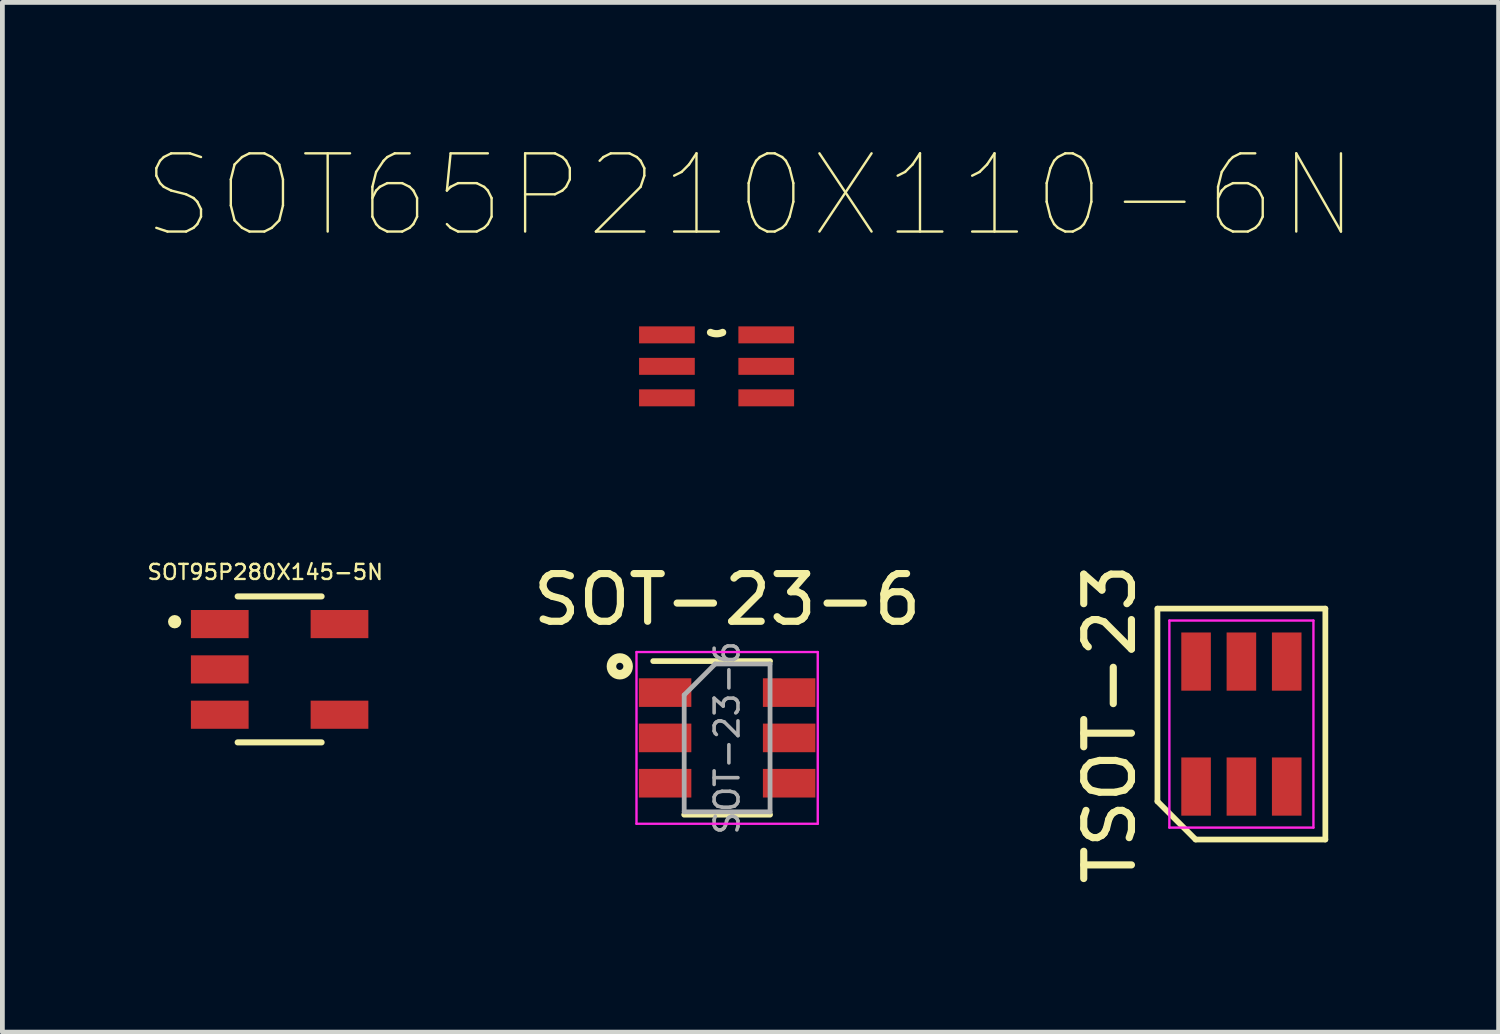
<source format=kicad_pcb>
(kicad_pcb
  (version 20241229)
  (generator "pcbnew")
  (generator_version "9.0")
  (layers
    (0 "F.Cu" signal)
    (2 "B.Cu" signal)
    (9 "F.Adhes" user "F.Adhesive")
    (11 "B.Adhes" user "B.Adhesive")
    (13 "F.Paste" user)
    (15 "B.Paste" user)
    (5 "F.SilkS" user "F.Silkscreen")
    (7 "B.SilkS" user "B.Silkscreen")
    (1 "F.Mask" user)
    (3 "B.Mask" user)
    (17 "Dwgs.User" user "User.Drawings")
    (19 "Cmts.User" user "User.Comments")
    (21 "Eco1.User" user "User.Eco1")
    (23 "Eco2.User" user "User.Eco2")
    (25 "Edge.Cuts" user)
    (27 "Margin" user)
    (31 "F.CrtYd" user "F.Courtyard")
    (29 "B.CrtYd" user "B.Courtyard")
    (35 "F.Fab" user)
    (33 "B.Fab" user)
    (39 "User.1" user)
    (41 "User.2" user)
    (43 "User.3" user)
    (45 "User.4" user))
  (footprint "SOT65P210X110-6N"
    (layer "F.Cu")
    (at 11.972 4.63)
    (property "Reference" "SOT65P210X110-6N" (at 0.711 -3.582 0) (layer "F.SilkS") (effects (font (size 1.64 1.64) (thickness 0.05))))
    (attr smd)
    (fp_arc (start 0.127 -0.7112) (mid 0 -0.683626) (end -0.127 -0.7112) (stroke (width 0.1524) (type solid)) (layer "F.SilkS"))
    (fp_line (start -1.194 -0.787) (end -1.194 -0.508) (stroke (width 0.1) (type solid)) (layer "Eco2.User"))
    (fp_line (start -1.194 -0.508) (end -0.635 -0.508) (stroke (width 0.1) (type solid)) (layer "Eco2.User"))
    (fp_line (start -1.194 -0.152) (end -1.194 0.152) (stroke (width 0.1) (type solid)) (layer "Eco2.User"))
    (fp_line (start -1.194 0.152) (end -0.635 0.152) (stroke (width 0.1) (type solid)) (layer "Eco2.User"))
    (fp_line (start -1.194 0.508) (end -1.194 0.787) (stroke (width 0.1) (type solid)) (layer "Eco2.User"))
    (fp_line (start -1.194 0.787) (end -0.635 0.787) (stroke (width 0.1) (type solid)) (layer "Eco2.User"))
    (fp_line (start -0.635 -0.991) (end -0.635 -0.787) (stroke (width 0.1) (type solid)) (layer "Eco2.User"))
    (fp_line (start -0.635 -0.787) (end -1.194 -0.787) (stroke (width 0.1) (type solid)) (layer "Eco2.User"))
    (fp_line (start -0.635 -0.787) (end -0.635 -0.508) (stroke (width 0.1) (type solid)) (layer "Eco2.User"))
    (fp_line (start -0.635 -0.508) (end -0.635 -0.152) (stroke (width 0.1) (type solid)) (layer "Eco2.User"))
    (fp_line (start -0.635 -0.152) (end -1.194 -0.152) (stroke (width 0.1) (type solid)) (layer "Eco2.User"))
    (fp_line (start -0.635 -0.152) (end -0.635 0.152) (stroke (width 0.1) (type solid)) (layer "Eco2.User"))
    (fp_line (start -0.635 0.152) (end -0.635 0.508) (stroke (width 0.1) (type solid)) (layer "Eco2.User"))
    (fp_line (start -0.635 0.508) (end -1.194 0.508) (stroke (width 0.1) (type solid)) (layer "Eco2.User"))
    (fp_line (start -0.635 0.787) (end -0.635 0.508) (stroke (width 0.1) (type solid)) (layer "Eco2.User"))
    (fp_line (start -0.635 0.991) (end -0.635 0.787) (stroke (width 0.1) (type solid)) (layer "Eco2.User"))
    (fp_line (start -0.635 0.991) (end 0.635 0.991) (stroke (width 0.1) (type solid)) (layer "Eco2.User"))
    (fp_line (start -0.305 -0.991) (end -0.635 -0.991) (stroke (width 0.1) (type solid)) (layer "Eco2.User"))
    (fp_line (start 0.305 -0.991) (end -0.305 -0.991) (stroke (width 0.1) (type solid)) (layer "Eco2.User"))
    (fp_line (start 0.635 -0.991) (end 0.305 -0.991) (stroke (width 0.1) (type solid)) (layer "Eco2.User"))
    (fp_line (start 0.635 -0.991) (end 0.635 -0.787) (stroke (width 0.1) (type solid)) (layer "Eco2.User"))
    (fp_line (start 0.635 -0.787) (end 0.635 -0.508) (stroke (width 0.1) (type solid)) (layer "Eco2.User"))
    (fp_line (start 0.635 -0.508) (end 1.194 -0.508) (stroke (width 0.1) (type solid)) (layer "Eco2.User"))
    (fp_line (start 0.635 -0.152) (end 0.635 -0.508) (stroke (width 0.1) (type solid)) (layer "Eco2.User"))
    (fp_line (start 0.635 0.152) (end 0.635 -0.152) (stroke (width 0.1) (type solid)) (layer "Eco2.User"))
    (fp_line (start 0.635 0.152) (end 1.194 0.152) (stroke (width 0.1) (type solid)) (layer "Eco2.User"))
    (fp_line (start 0.635 0.508) (end 0.635 0.152) (stroke (width 0.1) (type solid)) (layer "Eco2.User"))
    (fp_line (start 0.635 0.787) (end 0.635 0.508) (stroke (width 0.1) (type solid)) (layer "Eco2.User"))
    (fp_line (start 0.635 0.787) (end 1.194 0.787) (stroke (width 0.1) (type solid)) (layer "Eco2.User"))
    (fp_line (start 0.635 0.991) (end 0.635 0.787) (stroke (width 0.1) (type solid)) (layer "Eco2.User"))
    (fp_line (start 1.194 -0.787) (end 0.635 -0.787) (stroke (width 0.1) (type solid)) (layer "Eco2.User"))
    (fp_line (start 1.194 -0.508) (end 1.194 -0.787) (stroke (width 0.1) (type solid)) (layer "Eco2.User"))
    (fp_line (start 1.194 -0.152) (end 0.635 -0.152) (stroke (width 0.1) (type solid)) (layer "Eco2.User"))
    (fp_line (start 1.194 0.152) (end 1.194 -0.152) (stroke (width 0.1) (type solid)) (layer "Eco2.User"))
    (fp_line (start 1.194 0.508) (end 0.635 0.508) (stroke (width 0.1) (type solid)) (layer "Eco2.User"))
    (fp_line (start 1.194 0.787) (end 1.194 0.508) (stroke (width 0.1) (type solid)) (layer "Eco2.User"))
    (fp_arc (start 0.3048 -0.9906) (mid 0 -0.6858) (end -0.3048 -0.9906) (stroke (width 0.1) (type solid)) (layer "Eco2.User"))
    (pad "1" smd rect (at -1.041 -0.66) (size 1.168 0.356) (layers "F.Cu" "F.Mask" "F.Paste"))
    (pad "2" smd rect (at -1.041 0) (size 1.168 0.356) (layers "F.Cu" "F.Mask" "F.Paste"))
    (pad "3" smd rect (at -1.041 0.66) (size 1.168 0.356) (layers "F.Cu" "F.Mask" "F.Paste"))
    (pad "4" smd rect (at 1.041 0.66) (size 1.168 0.356) (layers "F.Cu" "F.Mask" "F.Paste"))
    (pad "5" smd rect (at 1.041 0) (size 1.168 0.356) (layers "F.Cu" "F.Mask" "F.Paste"))
    (pad "6" smd rect (at 1.041 -0.66) (size 1.168 0.356) (layers "F.Cu" "F.Mask" "F.Paste")))
  (footprint "TSOT-23"
    (layer "F.Cu")
    (at 22.974 12.129)
    (property "Reference" "TSOT-23" (at -2.76 0 90) (layer "F.SilkS") (effects (font (size 1 1) (thickness 0.15))))
    (attr smd)
    (fp_line (start -1.76 -2.42) (end 1.76 -2.42) (stroke (width 0.12) (type solid)) (layer "F.SilkS"))
    (fp_line (start -1.76 1.62) (end -1.76 -2.42) (stroke (width 0.12) (type solid)) (layer "F.SilkS"))
    (fp_line (start -0.96 2.42) (end -1.76 1.62) (stroke (width 0.12) (type solid)) (layer "F.SilkS"))
    (fp_line (start 1.76 -2.42) (end 1.76 2.42) (stroke (width 0.12) (type solid)) (layer "F.SilkS"))
    (fp_line (start 1.76 2.42) (end -0.96 2.42) (stroke (width 0.12) (type solid)) (layer "F.SilkS"))
    (fp_line (start -1.51 -2.17) (end 1.51 -2.17) (stroke (width 0.05) (type solid)) (layer "F.CrtYd"))
    (fp_line (start -1.51 2.17) (end -1.51 -2.17) (stroke (width 0.05) (type solid)) (layer "F.CrtYd"))
    (fp_line (start 1.51 -2.17) (end 1.51 2.17) (stroke (width 0.05) (type solid)) (layer "F.CrtYd"))
    (fp_line (start 1.51 2.17) (end -1.51 2.17) (stroke (width 0.05) (type solid)) (layer "F.CrtYd"))
    (pad "1" smd rect (at -0.95 1.31) (size 0.62 1.22) (layers "F.Cu" "F.Mask" "F.Paste"))
    (pad "2" smd rect (at 0 1.31) (size 0.62 1.22) (layers "F.Cu" "F.Mask" "F.Paste"))
    (pad "3" smd rect (at 0.95 1.31) (size 0.62 1.22) (layers "F.Cu" "F.Mask" "F.Paste"))
    (pad "4" smd rect (at 0.95 -1.31) (size 0.62 1.22) (layers "F.Cu" "F.Mask" "F.Paste"))
    (pad "5" smd rect (at 0 -1.31) (size 0.62 1.22) (layers "F.Cu" "F.Mask" "F.Paste"))
    (pad "6" smd rect (at -0.95 -1.31) (size 0.62 1.22) (layers "F.Cu" "F.Mask" "F.Paste")))
  (footprint "SOT95P280X145-5N"
    (layer "F.Cu")
    (at 2.812 10.983)
    (property "Reference" "SOT95P280X145-5N" (at -0.302 -2.04 0) (layer "F.SilkS") (effects (font (size 0.317 0.317) (thickness 0.05))))
    (attr smd)
    (fp_line (start -0.88 1.53) (end 0.88 1.53) (stroke (width 0.127) (type solid)) (layer "F.SilkS"))
    (fp_line (start 0.88 -1.53) (end -0.88 -1.53) (stroke (width 0.127) (type solid)) (layer "F.SilkS"))
    (fp_circle (center -2.2 -1) (end -2.13 -1) (stroke (width 0.14) (type solid)) (fill no) (layer "F.SilkS"))
    (fp_line (start -2.13 -1.5) (end -2.13 1.5) (stroke (width 0.05) (type solid)) (layer "Eco1.User"))
    (fp_line (start -2.13 1.5) (end -1.13 1.5) (stroke (width 0.05) (type solid)) (layer "Eco1.User"))
    (fp_line (start -1.13 -1.78) (end -1.13 -1.5) (stroke (width 0.05) (type solid)) (layer "Eco1.User"))
    (fp_line (start -1.13 -1.5) (end -2.13 -1.5) (stroke (width 0.05) (type solid)) (layer "Eco1.User"))
    (fp_line (start -1.13 1.5) (end -1.13 1.78) (stroke (width 0.05) (type solid)) (layer "Eco1.User"))
    (fp_line (start -1.13 1.78) (end 1.13 1.78) (stroke (width 0.05) (type solid)) (layer "Eco1.User"))
    (fp_line (start 1.13 -1.78) (end -1.13 -1.78) (stroke (width 0.05) (type solid)) (layer "Eco1.User"))
    (fp_line (start 1.13 -1.5) (end 1.13 -1.78) (stroke (width 0.05) (type solid)) (layer "Eco1.User"))
    (fp_line (start 1.13 1.5) (end 2.13 1.5) (stroke (width 0.05) (type solid)) (layer "Eco1.User"))
    (fp_line (start 1.13 1.78) (end 1.13 1.5) (stroke (width 0.05) (type solid)) (layer "Eco1.User"))
    (fp_line (start 2.13 -1.5) (end 1.13 -1.5) (stroke (width 0.05) (type solid)) (layer "Eco1.User"))
    (fp_line (start 2.13 1.5) (end 2.13 -1.5) (stroke (width 0.05) (type solid)) (layer "Eco1.User"))
    (fp_line (start -0.88 -1.53) (end -0.88 1.53) (stroke (width 0.127) (type solid)) (layer "Eco2.User"))
    (fp_line (start -0.88 1.53) (end 0.88 1.53) (stroke (width 0.127) (type solid)) (layer "Eco2.User"))
    (fp_line (start 0.88 -1.53) (end -0.88 -1.53) (stroke (width 0.127) (type solid)) (layer "Eco2.User"))
    (fp_line (start 0.88 1.53) (end 0.88 -1.53) (stroke (width 0.127) (type solid)) (layer "Eco2.User"))
    (pad "1" smd rect (at -1.255 -0.95 270) (size 0.59 1.21) (layers "F.Cu" "F.Mask" "F.Paste"))
    (pad "2" smd rect (at -1.255 0 270) (size 0.59 1.21) (layers "F.Cu" "F.Mask" "F.Paste"))
    (pad "3" smd rect (at -1.255 0.95 270) (size 0.59 1.21) (layers "F.Cu" "F.Mask" "F.Paste"))
    (pad "4" smd rect (at 1.255 0.95 270) (size 0.59 1.21) (layers "F.Cu" "F.Mask" "F.Paste"))
    (pad "5" smd rect (at 1.255 -0.95 270) (size 0.59 1.21) (layers "F.Cu" "F.Mask" "F.Paste")))
  (footprint "SOT-23-6"
    (layer "F.Cu")
    (at 12.193 12.419)
    (property "Reference" "SOT-23-6" (at 0 -2.9 0) (layer "F.SilkS") (effects (font (size 1 1) (thickness 0.15))))
    (attr smd)
    (fp_line (start -0.9 1.61) (end 0.9 1.61) (stroke (width 0.12) (type solid)) (layer "F.SilkS"))
    (fp_line (start 0.9 -1.61) (end -1.55 -1.61) (stroke (width 0.12) (type solid)) (layer "F.SilkS"))
    (fp_circle (center -2.25 -1.5) (end -2.175 -1.5) (stroke (width 0.2) (type solid)) (fill no) (layer "F.SilkS"))
    (fp_line (start -1.9 -1.8) (end -1.9 1.8) (stroke (width 0.05) (type solid)) (layer "F.CrtYd"))
    (fp_line (start -1.9 1.8) (end 1.9 1.8) (stroke (width 0.05) (type solid)) (layer "F.CrtYd"))
    (fp_line (start 1.9 -1.8) (end -1.9 -1.8) (stroke (width 0.05) (type solid)) (layer "F.CrtYd"))
    (fp_line (start 1.9 1.8) (end 1.9 -1.8) (stroke (width 0.05) (type solid)) (layer "F.CrtYd"))
    (fp_line (start -0.9 -0.9) (end -0.9 1.55) (stroke (width 0.1) (type solid)) (layer "F.Fab"))
    (fp_line (start -0.9 -0.9) (end -0.25 -1.55) (stroke (width 0.1) (type solid)) (layer "F.Fab"))
    (fp_line (start 0.9 -1.55) (end -0.25 -1.55) (stroke (width 0.1) (type solid)) (layer "F.Fab"))
    (fp_line (start 0.9 -1.55) (end 0.9 1.55) (stroke (width 0.1) (type solid)) (layer "F.Fab"))
    (fp_line (start 0.9 1.55) (end -0.9 1.55) (stroke (width 0.1) (type solid)) (layer "F.Fab"))
    (fp_text user "${REFERENCE}" (at 0 0 90) (layer "F.Fab") (effects (font (size 0.5 0.5) (thickness 0.075))))
    (pad "1" smd rect (at -1.3 -0.95) (size 1.1 0.6) (layers "F.Cu" "F.Mask" "F.Paste"))
    (pad "2" smd rect (at -1.3 0) (size 1.1 0.6) (layers "F.Cu" "F.Mask" "F.Paste"))
    (pad "3" smd rect (at -1.3 0.95) (size 1.1 0.6) (layers "F.Cu" "F.Mask" "F.Paste"))
    (pad "4" smd rect (at 1.3 0.95) (size 1.1 0.6) (layers "F.Cu" "F.Mask" "F.Paste"))
    (pad "5" smd rect (at 1.3 0) (size 1.1 0.6) (layers "F.Cu" "F.Mask" "F.Paste"))
    (pad "6" smd rect (at 1.3 -0.95) (size 1.1 0.6) (layers "F.Cu" "F.Mask" "F.Paste")))
  (gr_rect
    (start -3 -3)
    (end 28.366 18.587)
    (stroke (width 0.1) (type default))
    (fill no)
    (layer "Edge.Cuts")))
</source>
